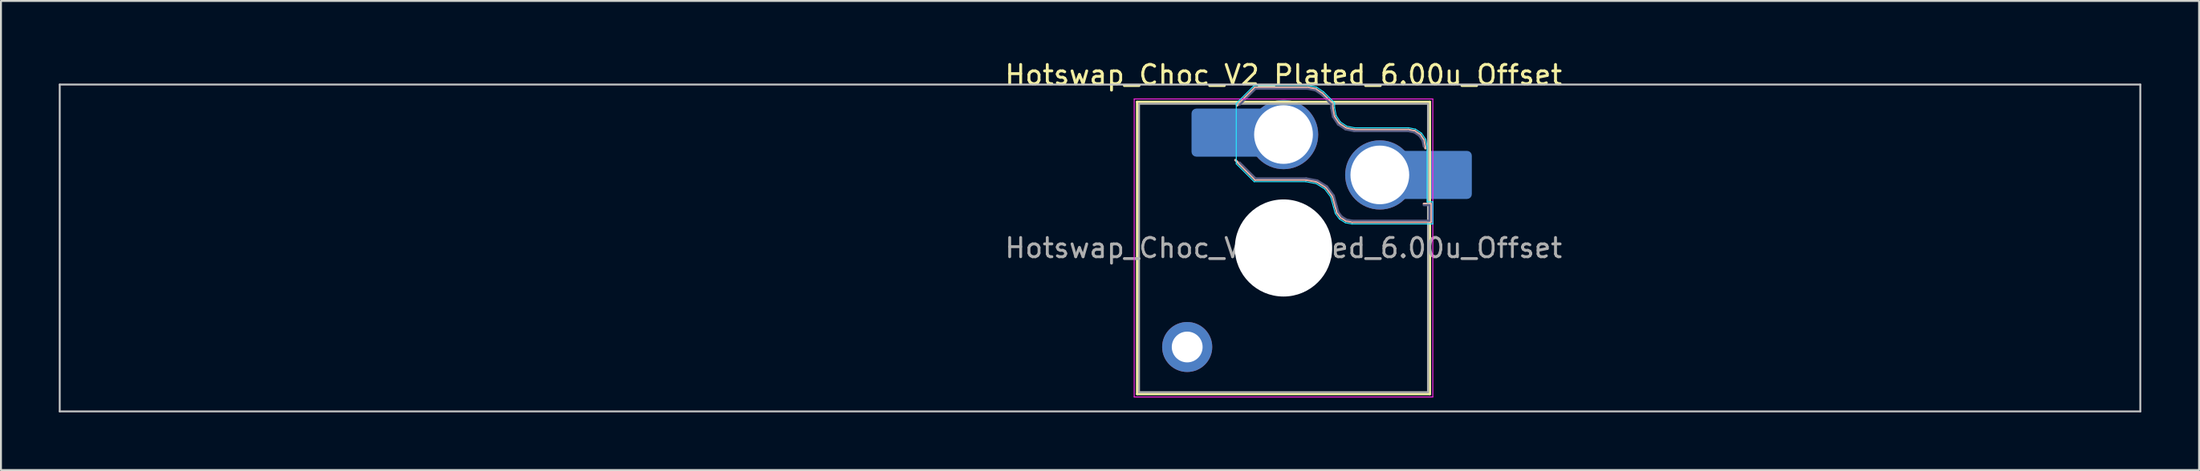
<source format=kicad_pcb>
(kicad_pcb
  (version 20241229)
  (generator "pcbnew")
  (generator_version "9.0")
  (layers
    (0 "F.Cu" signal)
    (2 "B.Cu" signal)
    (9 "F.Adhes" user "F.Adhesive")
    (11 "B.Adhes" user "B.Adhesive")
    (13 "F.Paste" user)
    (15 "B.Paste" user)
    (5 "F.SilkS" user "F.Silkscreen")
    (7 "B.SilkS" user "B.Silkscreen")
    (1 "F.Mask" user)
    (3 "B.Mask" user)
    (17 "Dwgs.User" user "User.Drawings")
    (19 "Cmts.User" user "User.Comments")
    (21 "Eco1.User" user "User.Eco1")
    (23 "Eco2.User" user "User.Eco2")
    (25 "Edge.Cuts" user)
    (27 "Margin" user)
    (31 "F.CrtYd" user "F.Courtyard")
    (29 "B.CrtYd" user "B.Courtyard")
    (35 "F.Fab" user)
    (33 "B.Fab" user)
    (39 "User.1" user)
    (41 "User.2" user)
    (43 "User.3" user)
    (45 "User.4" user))
  (footprint "Hotswap_Choc_V2_Plated_6.00u_Offset"
    (layer "F.Cu")
    (at 63.575 9.848)
    (property "Reference" "Hotswap_Choc_V2_Plated_6.00u_Offset" (at 0 -9 0) (layer "F.SilkS") (effects (font (size 1 1) (thickness 0.15))))
    (attr smd allow_soldermask_bridges)
    (fp_line (start -7.6 -7.6) (end -7.6 7.6) (stroke (width 0.12) (type solid)) (layer "F.SilkS"))
    (fp_line (start -7.6 7.6) (end 7.6 7.6) (stroke (width 0.12) (type solid)) (layer "F.SilkS"))
    (fp_line (start 7.6 -7.6) (end -7.6 -7.6) (stroke (width 0.12) (type solid)) (layer "F.SilkS"))
    (fp_line (start 7.6 7.6) (end 7.6 -7.6) (stroke (width 0.12) (type solid)) (layer "F.SilkS"))
    (fp_line (start -2.416 -7.409) (end -1.479 -8.346) (stroke (width 0.12) (type solid)) (layer "B.SilkS"))
    (fp_line (start -1.479 -8.346) (end 1.268 -8.346) (stroke (width 0.12) (type solid)) (layer "B.SilkS"))
    (fp_line (start -1.479 -3.554) (end -2.5 -4.575) (stroke (width 0.12) (type solid)) (layer "B.SilkS"))
    (fp_line (start 1.168 -3.554) (end -1.479 -3.554) (stroke (width 0.12) (type solid)) (layer "B.SilkS"))
    (fp_line (start 1.268 -8.346) (end 1.671 -8.266) (stroke (width 0.12) (type solid)) (layer "B.SilkS"))
    (fp_line (start 1.671 -8.266) (end 2.013 -8.037) (stroke (width 0.12) (type solid)) (layer "B.SilkS"))
    (fp_line (start 1.73 -3.449) (end 1.168 -3.554) (stroke (width 0.12) (type solid)) (layer "B.SilkS"))
    (fp_line (start 2.013 -8.037) (end 2.546 -7.504) (stroke (width 0.12) (type solid)) (layer "B.SilkS"))
    (fp_line (start 2.209 -3.15) (end 1.73 -3.449) (stroke (width 0.12) (type solid)) (layer "B.SilkS"))
    (fp_line (start 2.546 -7.504) (end 2.546 -7.282) (stroke (width 0.12) (type solid)) (layer "B.SilkS"))
    (fp_line (start 2.546 -7.282) (end 2.633 -6.844) (stroke (width 0.12) (type solid)) (layer "B.SilkS"))
    (fp_line (start 2.547 -2.697) (end 2.209 -3.15) (stroke (width 0.12) (type solid)) (layer "B.SilkS"))
    (fp_line (start 2.633 -6.844) (end 2.877 -6.477) (stroke (width 0.12) (type solid)) (layer "B.SilkS"))
    (fp_line (start 2.701 -2.139) (end 2.547 -2.697) (stroke (width 0.12) (type solid)) (layer "B.SilkS"))
    (fp_line (start 2.783 -1.841) (end 2.701 -2.139) (stroke (width 0.12) (type solid)) (layer "B.SilkS"))
    (fp_line (start 2.877 -6.477) (end 3.244 -6.233) (stroke (width 0.12) (type solid)) (layer "B.SilkS"))
    (fp_line (start 2.976 -1.583) (end 2.783 -1.841) (stroke (width 0.12) (type solid)) (layer "B.SilkS"))
    (fp_line (start 3.244 -6.233) (end 3.682 -6.146) (stroke (width 0.12) (type solid)) (layer "B.SilkS"))
    (fp_line (start 3.25 -1.413) (end 2.976 -1.583) (stroke (width 0.12) (type solid)) (layer "B.SilkS"))
    (fp_line (start 3.56 -1.354) (end 3.25 -1.413) (stroke (width 0.12) (type solid)) (layer "B.SilkS"))
    (fp_line (start 3.682 -6.146) (end 6.482 -6.146) (stroke (width 0.12) (type solid)) (layer "B.SilkS"))
    (fp_line (start 6.482 -6.146) (end 6.809 -6.081) (stroke (width 0.12) (type solid)) (layer "B.SilkS"))
    (fp_line (start 6.809 -6.081) (end 7.092 -5.892) (stroke (width 0.12) (type solid)) (layer "B.SilkS"))
    (fp_line (start 7.092 -5.892) (end 7.281 -5.609) (stroke (width 0.12) (type solid)) (layer "B.SilkS"))
    (fp_line (start 7.281 -5.609) (end 7.366 -5.182) (stroke (width 0.12) (type solid)) (layer "B.SilkS"))
    (fp_line (start 7.283 -2.296) (end 7.646 -2.296) (stroke (width 0.12) (type solid)) (layer "B.SilkS"))
    (fp_line (start 7.646 -2.296) (end 7.646 -1.354) (stroke (width 0.12) (type solid)) (layer "B.SilkS"))
    (fp_line (start 7.646 -1.354) (end 3.56 -1.354) (stroke (width 0.12) (type solid)) (layer "B.SilkS"))
    (fp_line (start -63.525 -8.5) (end -63.525 8.5) (stroke (width 0.1) (type solid)) (layer "Dwgs.User"))
    (fp_line (start -63.525 8.5) (end 44.475 8.5) (stroke (width 0.1) (type solid)) (layer "Dwgs.User"))
    (fp_line (start 44.475 -8.5) (end -63.525 -8.5) (stroke (width 0.1) (type solid)) (layer "Dwgs.User"))
    (fp_line (start 44.475 8.5) (end 44.475 -8.5) (stroke (width 0.1) (type solid)) (layer "Dwgs.User"))
    (fp_line (start -7.25 -7.25) (end -7.25 7.25) (stroke (width 0.1) (type solid)) (layer "Eco1.User"))
    (fp_line (start -7.25 7.25) (end 7.25 7.25) (stroke (width 0.1) (type solid)) (layer "Eco1.User"))
    (fp_line (start 7.25 -7.25) (end -7.25 -7.25) (stroke (width 0.1) (type solid)) (layer "Eco1.User"))
    (fp_line (start 7.25 7.25) (end 7.25 -7.25) (stroke (width 0.1) (type solid)) (layer "Eco1.User"))
    (fp_line (start -2.452 -7.523) (end -1.523 -8.452) (stroke (width 0.05) (type solid)) (layer "B.CrtYd"))
    (fp_line (start -2.452 -4.377) (end -2.452 -7.523) (stroke (width 0.05) (type solid)) (layer "B.CrtYd"))
    (fp_line (start -1.523 -8.452) (end 1.278 -8.452) (stroke (width 0.05) (type solid)) (layer "B.CrtYd"))
    (fp_line (start -1.523 -3.448) (end -2.452 -4.377) (stroke (width 0.05) (type solid)) (layer "B.CrtYd"))
    (fp_line (start 1.159 -3.448) (end -1.523 -3.448) (stroke (width 0.05) (type solid)) (layer "B.CrtYd"))
    (fp_line (start 1.278 -8.452) (end 1.712 -8.366) (stroke (width 0.05) (type solid)) (layer "B.CrtYd"))
    (fp_line (start 1.691 -3.348) (end 1.159 -3.448) (stroke (width 0.05) (type solid)) (layer "B.CrtYd"))
    (fp_line (start 1.712 -8.366) (end 2.081 -8.119) (stroke (width 0.05) (type solid)) (layer "B.CrtYd"))
    (fp_line (start 2.081 -8.119) (end 2.652 -7.548) (stroke (width 0.05) (type solid)) (layer "B.CrtYd"))
    (fp_line (start 2.136 -3.071) (end 1.691 -3.348) (stroke (width 0.05) (type solid)) (layer "B.CrtYd"))
    (fp_line (start 2.45 -2.65) (end 2.136 -3.071) (stroke (width 0.05) (type solid)) (layer "B.CrtYd"))
    (fp_line (start 2.599 -2.111) (end 2.45 -2.65) (stroke (width 0.05) (type solid)) (layer "B.CrtYd"))
    (fp_line (start 2.652 -7.548) (end 2.652 -7.292) (stroke (width 0.05) (type solid)) (layer "B.CrtYd"))
    (fp_line (start 2.652 -7.292) (end 2.733 -6.885) (stroke (width 0.05) (type solid)) (layer "B.CrtYd"))
    (fp_line (start 2.687 -1.794) (end 2.599 -2.111) (stroke (width 0.05) (type solid)) (layer "B.CrtYd"))
    (fp_line (start 2.733 -6.885) (end 2.953 -6.553) (stroke (width 0.05) (type solid)) (layer "B.CrtYd"))
    (fp_line (start 2.903 -1.503) (end 2.687 -1.794) (stroke (width 0.05) (type solid)) (layer "B.CrtYd"))
    (fp_line (start 2.953 -6.553) (end 3.285 -6.333) (stroke (width 0.05) (type solid)) (layer "B.CrtYd"))
    (fp_line (start 3.211 -1.312) (end 2.903 -1.503) (stroke (width 0.05) (type solid)) (layer "B.CrtYd"))
    (fp_line (start 3.285 -6.333) (end 3.692 -6.252) (stroke (width 0.05) (type solid)) (layer "B.CrtYd"))
    (fp_line (start 3.55 -1.248) (end 3.211 -1.312) (stroke (width 0.05) (type solid)) (layer "B.CrtYd"))
    (fp_line (start 3.692 -6.252) (end 6.492 -6.252) (stroke (width 0.05) (type solid)) (layer "B.CrtYd"))
    (fp_line (start 6.492 -6.252) (end 6.85 -6.181) (stroke (width 0.05) (type solid)) (layer "B.CrtYd"))
    (fp_line (start 6.85 -6.181) (end 7.168 -5.968) (stroke (width 0.05) (type solid)) (layer "B.CrtYd"))
    (fp_line (start 7.168 -5.968) (end 7.381 -5.65) (stroke (width 0.05) (type solid)) (layer "B.CrtYd"))
    (fp_line (start 7.381 -5.65) (end 7.452 -5.292) (stroke (width 0.05) (type solid)) (layer "B.CrtYd"))
    (fp_line (start 7.452 -5.292) (end 7.452 -2.402) (stroke (width 0.05) (type solid)) (layer "B.CrtYd"))
    (fp_line (start 7.452 -2.402) (end 7.752 -2.402) (stroke (width 0.05) (type solid)) (layer "B.CrtYd"))
    (fp_line (start 7.752 -2.402) (end 7.752 -1.248) (stroke (width 0.05) (type solid)) (layer "B.CrtYd"))
    (fp_line (start 7.752 -1.248) (end 3.55 -1.248) (stroke (width 0.05) (type solid)) (layer "B.CrtYd"))
    (fp_line (start -7.75 -7.75) (end -7.75 7.75) (stroke (width 0.05) (type solid)) (layer "F.CrtYd"))
    (fp_line (start -7.75 7.75) (end 7.75 7.75) (stroke (width 0.05) (type solid)) (layer "F.CrtYd"))
    (fp_line (start 7.75 -7.75) (end -7.75 -7.75) (stroke (width 0.05) (type solid)) (layer "F.CrtYd"))
    (fp_line (start 7.75 7.75) (end 7.75 -7.75) (stroke (width 0.05) (type solid)) (layer "F.CrtYd"))
    (fp_line (start -2.275 -7.45) (end -1.45 -8.275) (stroke (width 0.1) (type solid)) (layer "B.Fab"))
    (fp_line (start -1.45 -8.275) (end 1.261 -8.275) (stroke (width 0.1) (type solid)) (layer "B.Fab"))
    (fp_line (start -1.45 -3.625) (end -2.275 -4.45) (stroke (width 0.1) (type solid)) (layer "B.Fab"))
    (fp_line (start 1.175 -3.625) (end -1.45 -3.625) (stroke (width 0.1) (type solid)) (layer "B.Fab"))
    (fp_line (start 1.261 -8.275) (end 1.643 -8.199) (stroke (width 0.1) (type solid)) (layer "B.Fab"))
    (fp_line (start 1.643 -8.199) (end 1.968 -7.982) (stroke (width 0.1) (type solid)) (layer "B.Fab"))
    (fp_line (start 1.756 -3.516) (end 1.175 -3.625) (stroke (width 0.1) (type solid)) (layer "B.Fab"))
    (fp_line (start 1.968 -7.982) (end 2.475 -7.475) (stroke (width 0.1) (type solid)) (layer "B.Fab"))
    (fp_line (start 2.258 -3.203) (end 1.756 -3.516) (stroke (width 0.1) (type solid)) (layer "B.Fab"))
    (fp_line (start 2.475 -7.475) (end 2.475 -7.275) (stroke (width 0.1) (type solid)) (layer "B.Fab"))
    (fp_line (start 2.475 -7.275) (end 2.566 -6.816) (stroke (width 0.1) (type solid)) (layer "B.Fab"))
    (fp_line (start 2.566 -6.816) (end 2.826 -6.426) (stroke (width 0.1) (type solid)) (layer "B.Fab"))
    (fp_line (start 2.612 -2.729) (end 2.258 -3.203) (stroke (width 0.1) (type solid)) (layer "B.Fab"))
    (fp_line (start 2.769 -2.158) (end 2.612 -2.729) (stroke (width 0.1) (type solid)) (layer "B.Fab"))
    (fp_line (start 2.826 -6.426) (end 3.216 -6.166) (stroke (width 0.1) (type solid)) (layer "B.Fab"))
    (fp_line (start 2.848 -1.873) (end 2.769 -2.158) (stroke (width 0.1) (type solid)) (layer "B.Fab"))
    (fp_line (start 3.025 -1.636) (end 2.848 -1.873) (stroke (width 0.1) (type solid)) (layer "B.Fab"))
    (fp_line (start 3.216 -6.166) (end 3.675 -6.075) (stroke (width 0.1) (type solid)) (layer "B.Fab"))
    (fp_line (start 3.276 -1.48) (end 3.025 -1.636) (stroke (width 0.1) (type solid)) (layer "B.Fab"))
    (fp_line (start 3.567 -1.425) (end 3.276 -1.48) (stroke (width 0.1) (type solid)) (layer "B.Fab"))
    (fp_line (start 3.675 -6.075) (end 6.475 -6.075) (stroke (width 0.1) (type solid)) (layer "B.Fab"))
    (fp_line (start 6.475 -6.075) (end 6.781 -6.014) (stroke (width 0.1) (type solid)) (layer "B.Fab"))
    (fp_line (start 6.781 -6.014) (end 7.041 -5.841) (stroke (width 0.1) (type solid)) (layer "B.Fab"))
    (fp_line (start 7.041 -5.841) (end 7.214 -5.581) (stroke (width 0.1) (type solid)) (layer "B.Fab"))
    (fp_line (start 7.214 -5.581) (end 7.275 -5.275) (stroke (width 0.1) (type solid)) (layer "B.Fab"))
    (fp_line (start 7.275 -2.225) (end 7.575 -2.225) (stroke (width 0.1) (type solid)) (layer "B.Fab"))
    (fp_line (start 7.575 -2.225) (end 7.575 -1.425) (stroke (width 0.1) (type solid)) (layer "B.Fab"))
    (fp_line (start 7.575 -1.425) (end 3.567 -1.425) (stroke (width 0.1) (type solid)) (layer "B.Fab"))
    (fp_line (start -7.5 -7.5) (end -7.5 7.5) (stroke (width 0.1) (type solid)) (layer "F.Fab"))
    (fp_line (start -7.5 7.5) (end 7.5 7.5) (stroke (width 0.1) (type solid)) (layer "F.Fab"))
    (fp_line (start 7.5 -7.5) (end -7.5 -7.5) (stroke (width 0.1) (type solid)) (layer "F.Fab"))
    (fp_line (start 7.5 7.5) (end 7.5 -7.5) (stroke (width 0.1) (type solid)) (layer "F.Fab"))
    (fp_text user "${REFERENCE}" (at 0 0 0) (layer "F.Fab") (effects (font (size 1 1) (thickness 0.15))))
    (pad "" thru_hole circle (at -5 5.15) (size 2.6 2.6) (drill 1.6) (layers "*.Cu" "*.Mask"))
    (pad "" smd roundrect (at -3.5 -6) (size 2.55 2.5) (layers "B.Mask" "B.Paste") (roundrect_rratio 0.1))
    (pad "" np_thru_hole circle (at 0 0) (size 5.05 5.05) (drill 5.05) (layers "*.Cu" "*.Mask"))
    (pad "" smd roundrect (at 8.5 -3.8) (size 2.55 2.5) (layers "B.Mask" "B.Paste") (roundrect_rratio 0.1))
    (pad "1" smd roundrect (at -2.85 -6) (size 3.85 2.5) (layers "B.Cu") (roundrect_rratio 0.1))
    (pad "1" thru_hole circle (at 0 -5.9) (size 3.6 3.6) (drill 3.05) (layers "*.Cu" "*.Mask"))
    (pad "2" thru_hole circle (at 5 -3.8) (size 3.6 3.6) (drill 3.05) (layers "*.Cu" "*.Mask"))
    (pad "2" smd roundrect (at 7.85 -3.8) (size 3.85 2.5) (layers "B.Cu") (roundrect_rratio 0.1)))
  (gr_rect
    (start -3 -3)
    (end 111.1 21.398)
    (stroke (width 0.1) (type default))
    (fill no)
    (layer "Edge.Cuts")))
</source>
